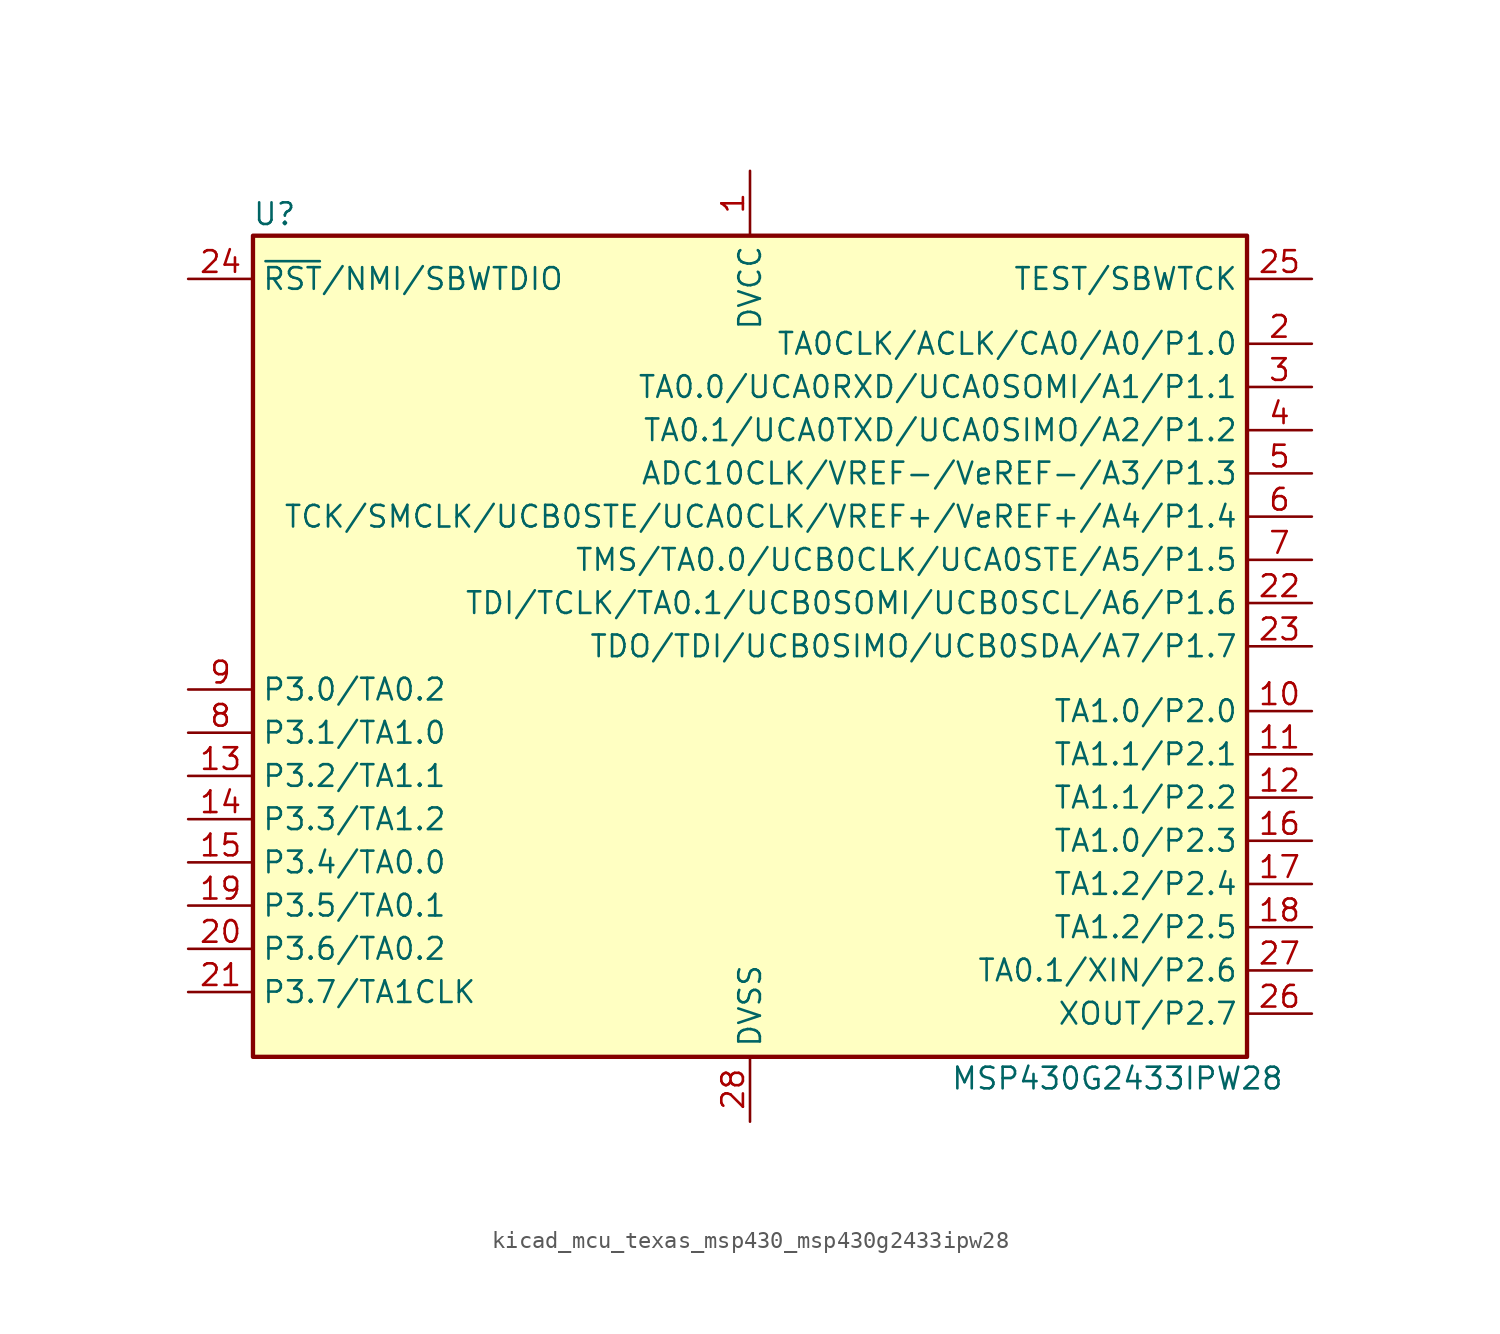
<source format=kicad_sym>
(kicad_symbol_lib
  (version 20220914)
  (generator kicad_symbol_editor)
  (symbol "kicad_mcu_texas_msp430_msp430g2433ipw28"
    (property "Reference" "U"
      (at -27.94 25.4 0)
      (effects (font (size 1.27 1.27))))
    (property "Value" "MSP430G2433IPW28"
      (at 21.59 -25.4 0)
      (effects (font (size 1.27 1.27))))
    (symbol "kicad_mcu_texas_msp430_msp430g2433ipw28_0_1"
      (rectangle (start -29.21 24.13) (end 29.21 -24.13) (stroke (width 0.254) (type default)) (fill (type background))))
    (symbol "kicad_mcu_texas_msp430_msp430g2433ipw28_1_1"
      (pin power_in line (at 0 27.94 270) (length 3.81) (name "DVCC" (effects (font (size 1.27 1.27)))) (number "1" (effects (font (size 1.27 1.27)))))
      (pin bidirectional line (at 33.02 -3.81 180) (length 3.81) (name "TA1.0/P2.0" (effects (font (size 1.27 1.27)))) (number "10" (effects (font (size 1.27 1.27)))))
      (pin bidirectional line (at 33.02 -6.35 180) (length 3.81) (name "TA1.1/P2.1" (effects (font (size 1.27 1.27)))) (number "11" (effects (font (size 1.27 1.27)))))
      (pin bidirectional line (at 33.02 -8.89 180) (length 3.81) (name "TA1.1/P2.2" (effects (font (size 1.27 1.27)))) (number "12" (effects (font (size 1.27 1.27)))))
      (pin bidirectional line (at -33.02 -7.62 0) (length 3.81) (name "P3.2/TA1.1" (effects (font (size 1.27 1.27)))) (number "13" (effects (font (size 1.27 1.27)))))
      (pin bidirectional line (at -33.02 -10.16 0) (length 3.81) (name "P3.3/TA1.2" (effects (font (size 1.27 1.27)))) (number "14" (effects (font (size 1.27 1.27)))))
      (pin bidirectional line (at -33.02 -12.7 0) (length 3.81) (name "P3.4/TA0.0" (effects (font (size 1.27 1.27)))) (number "15" (effects (font (size 1.27 1.27)))))
      (pin bidirectional line (at 33.02 -11.43 180) (length 3.81) (name "TA1.0/P2.3" (effects (font (size 1.27 1.27)))) (number "16" (effects (font (size 1.27 1.27)))))
      (pin bidirectional line (at 33.02 -13.97 180) (length 3.81) (name "TA1.2/P2.4" (effects (font (size 1.27 1.27)))) (number "17" (effects (font (size 1.27 1.27)))))
      (pin bidirectional line (at 33.02 -16.51 180) (length 3.81) (name "TA1.2/P2.5" (effects (font (size 1.27 1.27)))) (number "18" (effects (font (size 1.27 1.27)))))
      (pin bidirectional line (at -33.02 -15.24 0) (length 3.81) (name "P3.5/TA0.1" (effects (font (size 1.27 1.27)))) (number "19" (effects (font (size 1.27 1.27)))))
      (pin bidirectional line (at 33.02 17.78 180) (length 3.81) (name "TA0CLK/ACLK/CA0/A0/P1.0" (effects (font (size 1.27 1.27)))) (number "2" (effects (font (size 1.27 1.27)))))
      (pin bidirectional line (at -33.02 -17.78 0) (length 3.81) (name "P3.6/TA0.2" (effects (font (size 1.27 1.27)))) (number "20" (effects (font (size 1.27 1.27)))))
      (pin bidirectional line (at -33.02 -20.32 0) (length 3.81) (name "P3.7/TA1CLK" (effects (font (size 1.27 1.27)))) (number "21" (effects (font (size 1.27 1.27)))))
      (pin bidirectional line (at 33.02 2.54 180) (length 3.81) (name "TDI/TCLK/TA0.1/UCB0SOMI/UCB0SCL/A6/P1.6" (effects (font (size 1.27 1.27)))) (number "22" (effects (font (size 1.27 1.27)))))
      (pin bidirectional line (at 33.02 0 180) (length 3.81) (name "TDO/TDI/UCB0SIMO/UCB0SDA/A7/P1.7" (effects (font (size 1.27 1.27)))) (number "23" (effects (font (size 1.27 1.27)))))
      (pin input line (at -33.02 21.59 0) (length 3.81) (name "~{RST}/NMI/SBWTDIO" (effects (font (size 1.27 1.27)))) (number "24" (effects (font (size 1.27 1.27)))))
      (pin input line (at 33.02 21.59 180) (length 3.81) (name "TEST/SBWTCK" (effects (font (size 1.27 1.27)))) (number "25" (effects (font (size 1.27 1.27)))))
      (pin bidirectional line (at 33.02 -21.59 180) (length 3.81) (name "XOUT/P2.7" (effects (font (size 1.27 1.27)))) (number "26" (effects (font (size 1.27 1.27)))))
      (pin bidirectional line (at 33.02 -19.05 180) (length 3.81) (name "TA0.1/XIN/P2.6" (effects (font (size 1.27 1.27)))) (number "27" (effects (font (size 1.27 1.27)))))
      (pin power_in line (at 0 -27.94 90) (length 3.81) (name "DVSS" (effects (font (size 1.27 1.27)))) (number "28" (effects (font (size 1.27 1.27)))))
      (pin bidirectional line (at 33.02 15.24 180) (length 3.81) (name "TA0.0/UCA0RXD/UCA0SOMI/A1/P1.1" (effects (font (size 1.27 1.27)))) (number "3" (effects (font (size 1.27 1.27)))))
      (pin bidirectional line (at 33.02 12.7 180) (length 3.81) (name "TA0.1/UCA0TXD/UCA0SIMO/A2/P1.2" (effects (font (size 1.27 1.27)))) (number "4" (effects (font (size 1.27 1.27)))))
      (pin bidirectional line (at 33.02 10.16 180) (length 3.81) (name "ADC10CLK/VREF-/VeREF-/A3/P1.3" (effects (font (size 1.27 1.27)))) (number "5" (effects (font (size 1.27 1.27)))))
      (pin bidirectional line (at 33.02 7.62 180) (length 3.81) (name "TCK/SMCLK/UCB0STE/UCA0CLK/VREF+/VeREF+/A4/P1.4" (effects (font (size 1.27 1.27)))) (number "6" (effects (font (size 1.27 1.27)))))
      (pin bidirectional line (at 33.02 5.08 180) (length 3.81) (name "TMS/TA0.0/UCB0CLK/UCA0STE/A5/P1.5" (effects (font (size 1.27 1.27)))) (number "7" (effects (font (size 1.27 1.27)))))
      (pin bidirectional line (at -33.02 -5.08 0) (length 3.81) (name "P3.1/TA1.0" (effects (font (size 1.27 1.27)))) (number "8" (effects (font (size 1.27 1.27)))))
      (pin bidirectional line (at -33.02 -2.54 0) (length 3.81) (name "P3.0/TA0.2" (effects (font (size 1.27 1.27)))) (number "9" (effects (font (size 1.27 1.27))))))))
</source>
